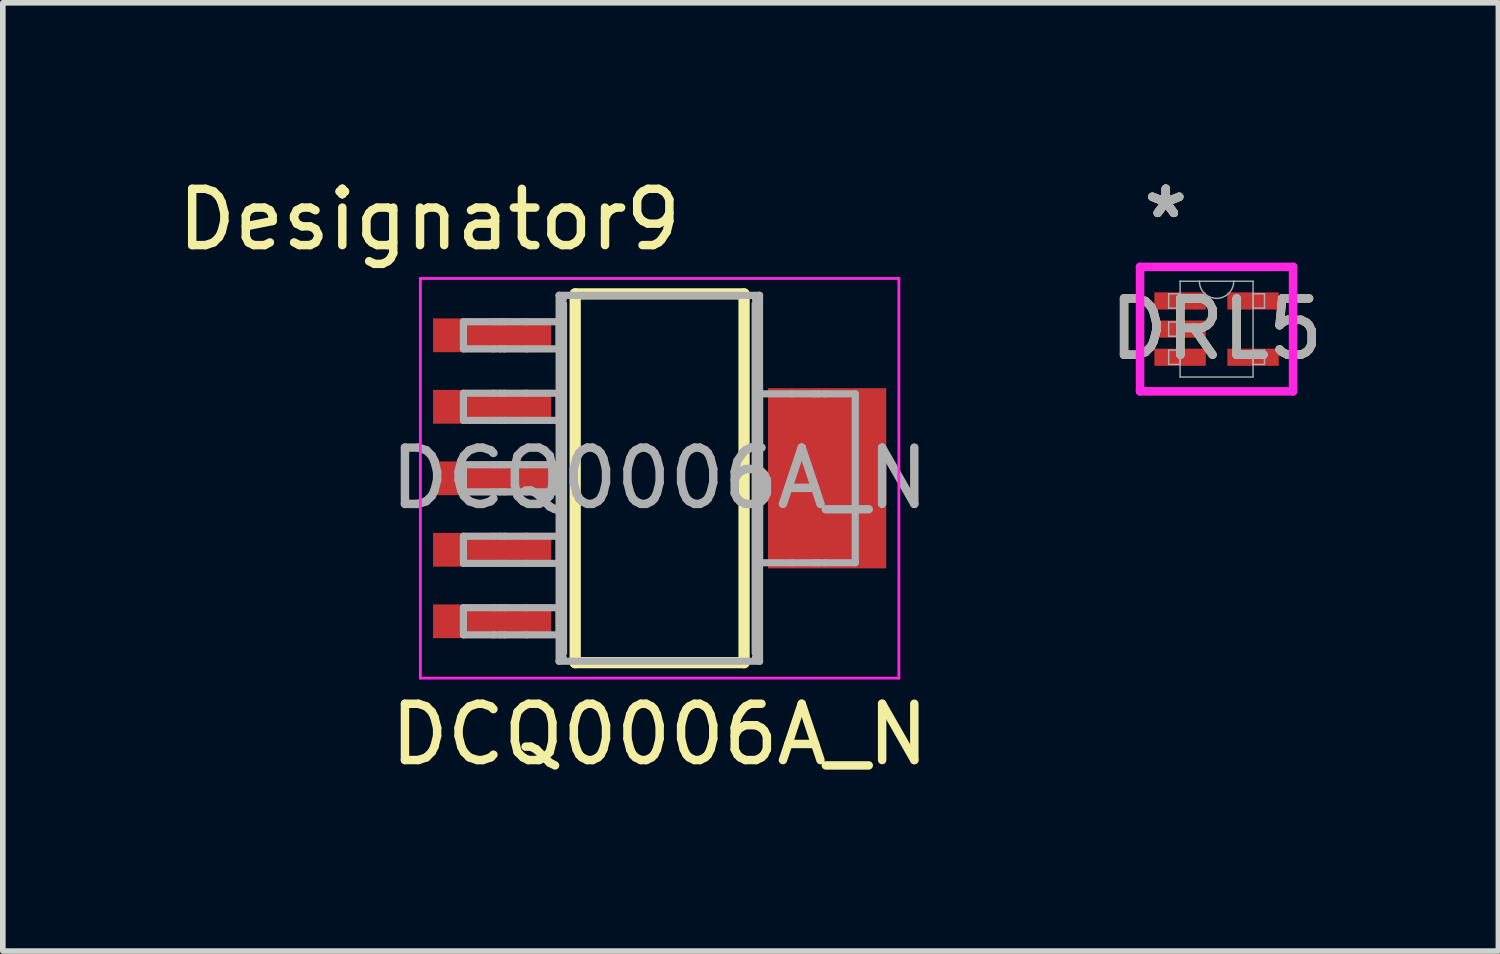
<source format=kicad_pcb>
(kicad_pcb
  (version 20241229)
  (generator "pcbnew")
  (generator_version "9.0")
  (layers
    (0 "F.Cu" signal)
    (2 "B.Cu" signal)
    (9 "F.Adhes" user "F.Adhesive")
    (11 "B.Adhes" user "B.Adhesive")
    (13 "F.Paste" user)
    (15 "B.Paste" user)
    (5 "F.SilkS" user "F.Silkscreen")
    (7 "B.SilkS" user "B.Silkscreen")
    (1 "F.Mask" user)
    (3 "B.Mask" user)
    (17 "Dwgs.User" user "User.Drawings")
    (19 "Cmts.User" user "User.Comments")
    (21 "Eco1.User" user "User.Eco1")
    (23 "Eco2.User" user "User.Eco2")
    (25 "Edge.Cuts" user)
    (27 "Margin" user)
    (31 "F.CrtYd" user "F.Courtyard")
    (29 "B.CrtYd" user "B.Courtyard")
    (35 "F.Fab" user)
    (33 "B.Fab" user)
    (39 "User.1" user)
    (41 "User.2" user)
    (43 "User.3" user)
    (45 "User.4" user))
  (footprint "DCQ0006A_N"
    (layer "F.Cu")
    (at 8.667 5.446)
    (property "Reference" "DCQ0006A_N" (at 0.000001 4.55 0) (unlocked yes) (layer "F.SilkS") (effects (font (size 1 1) (thickness 0.15))))
    (attr smd)
    (fp_line (start -1.5 -3.275) (end 1.5 -3.275) (stroke (width 0.2) (type solid)) (layer "F.SilkS"))
    (fp_line (start -1.5 3.275) (end -1.5 -3.275) (stroke (width 0.2) (type solid)) (layer "F.SilkS"))
    (fp_line (start -1.5 3.275) (end 1.5 3.275) (stroke (width 0.2) (type solid)) (layer "F.SilkS"))
    (fp_line (start 1.5 3.275) (end 1.5 -3.275) (stroke (width 0.2) (type solid)) (layer "F.SilkS"))
    (fp_line (start -4.25 -3.55) (end 4.25 -3.55) (stroke (width 0.05) (type solid)) (layer "F.CrtYd"))
    (fp_line (start -4.25 3.55) (end -4.25 -3.55) (stroke (width 0.05) (type solid)) (layer "F.CrtYd"))
    (fp_line (start -4.25 3.55) (end 4.25 3.55) (stroke (width 0.05) (type solid)) (layer "F.CrtYd"))
    (fp_line (start 4.25 3.55) (end 4.25 -3.55) (stroke (width 0.05) (type solid)) (layer "F.CrtYd"))
    (fp_line (start -3.485 -2.781) (end -2.951 -2.781) (stroke (width 0.127) (type solid)) (layer "F.Fab"))
    (fp_line (start -3.485 -2.299) (end -3.485 -2.781) (stroke (width 0.127) (type solid)) (layer "F.Fab"))
    (fp_line (start -3.485 -2.299) (end -2.951 -2.299) (stroke (width 0.127) (type solid)) (layer "F.Fab"))
    (fp_line (start -3.485 -1.511) (end -2.951 -1.511) (stroke (width 0.127) (type solid)) (layer "F.Fab"))
    (fp_line (start -3.485 -1.029) (end -3.485 -1.511) (stroke (width 0.127) (type solid)) (layer "F.Fab"))
    (fp_line (start -3.485 -1.029) (end -2.951 -1.029) (stroke (width 0.127) (type solid)) (layer "F.Fab"))
    (fp_line (start -3.485 -0.241) (end -2.951 -0.241) (stroke (width 0.127) (type solid)) (layer "F.Fab"))
    (fp_line (start -3.485 0.241) (end -3.485 -0.241) (stroke (width 0.127) (type solid)) (layer "F.Fab"))
    (fp_line (start -3.485 0.241) (end -2.951 0.241) (stroke (width 0.127) (type solid)) (layer "F.Fab"))
    (fp_line (start -3.485 1.029) (end -2.951 1.029) (stroke (width 0.127) (type solid)) (layer "F.Fab"))
    (fp_line (start -3.485 1.511) (end -3.485 1.029) (stroke (width 0.127) (type solid)) (layer "F.Fab"))
    (fp_line (start -3.485 1.511) (end -2.951 1.511) (stroke (width 0.127) (type solid)) (layer "F.Fab"))
    (fp_line (start -3.485 2.299) (end -2.951 2.299) (stroke (width 0.127) (type solid)) (layer "F.Fab"))
    (fp_line (start -3.485 2.781) (end -3.485 2.299) (stroke (width 0.127) (type solid)) (layer "F.Fab"))
    (fp_line (start -3.485 2.781) (end -2.951 2.781) (stroke (width 0.127) (type solid)) (layer "F.Fab"))
    (fp_line (start -2.951 -2.781) (end -2.834 -2.781) (stroke (width 0.127) (type solid)) (layer "F.Fab"))
    (fp_line (start -2.951 -2.299) (end -2.834 -2.299) (stroke (width 0.127) (type solid)) (layer "F.Fab"))
    (fp_line (start -2.951 -1.511) (end -2.834 -1.511) (stroke (width 0.127) (type solid)) (layer "F.Fab"))
    (fp_line (start -2.951 -1.029) (end -2.834 -1.029) (stroke (width 0.127) (type solid)) (layer "F.Fab"))
    (fp_line (start -2.951 -0.241) (end -2.834 -0.241) (stroke (width 0.127) (type solid)) (layer "F.Fab"))
    (fp_line (start -2.951 0.241) (end -2.834 0.241) (stroke (width 0.127) (type solid)) (layer "F.Fab"))
    (fp_line (start -2.951 1.029) (end -2.834 1.029) (stroke (width 0.127) (type solid)) (layer "F.Fab"))
    (fp_line (start -2.951 1.511) (end -2.834 1.511) (stroke (width 0.127) (type solid)) (layer "F.Fab"))
    (fp_line (start -2.951 2.299) (end -2.834 2.299) (stroke (width 0.127) (type solid)) (layer "F.Fab"))
    (fp_line (start -2.951 2.781) (end -2.834 2.781) (stroke (width 0.127) (type solid)) (layer "F.Fab"))
    (fp_line (start -2.834 -2.781) (end -2.758 -2.781) (stroke (width 0.127) (type solid)) (layer "F.Fab"))
    (fp_line (start -2.834 -2.299) (end -2.758 -2.299) (stroke (width 0.127) (type solid)) (layer "F.Fab"))
    (fp_line (start -2.834 -1.511) (end -2.758 -1.511) (stroke (width 0.127) (type solid)) (layer "F.Fab"))
    (fp_line (start -2.834 -1.029) (end -2.758 -1.029) (stroke (width 0.127) (type solid)) (layer "F.Fab"))
    (fp_line (start -2.834 -0.241) (end -2.758 -0.241) (stroke (width 0.127) (type solid)) (layer "F.Fab"))
    (fp_line (start -2.834 0.241) (end -2.758 0.241) (stroke (width 0.127) (type solid)) (layer "F.Fab"))
    (fp_line (start -2.834 1.029) (end -2.758 1.029) (stroke (width 0.127) (type solid)) (layer "F.Fab"))
    (fp_line (start -2.834 1.511) (end -2.758 1.511) (stroke (width 0.127) (type solid)) (layer "F.Fab"))
    (fp_line (start -2.834 2.299) (end -2.758 2.299) (stroke (width 0.127) (type solid)) (layer "F.Fab"))
    (fp_line (start -2.834 2.781) (end -2.758 2.781) (stroke (width 0.127) (type solid)) (layer "F.Fab"))
    (fp_line (start -2.758 -2.781) (end -2.364 -2.781) (stroke (width 0.127) (type solid)) (layer "F.Fab"))
    (fp_line (start -2.758 -2.299) (end -2.364 -2.299) (stroke (width 0.127) (type solid)) (layer "F.Fab"))
    (fp_line (start -2.758 -1.511) (end -2.364 -1.511) (stroke (width 0.127) (type solid)) (layer "F.Fab"))
    (fp_line (start -2.758 -1.029) (end -2.364 -1.029) (stroke (width 0.127) (type solid)) (layer "F.Fab"))
    (fp_line (start -2.758 -0.241) (end -2.364 -0.241) (stroke (width 0.127) (type solid)) (layer "F.Fab"))
    (fp_line (start -2.758 0.241) (end -2.364 0.241) (stroke (width 0.127) (type solid)) (layer "F.Fab"))
    (fp_line (start -2.758 1.029) (end -2.364 1.029) (stroke (width 0.127) (type solid)) (layer "F.Fab"))
    (fp_line (start -2.758 1.511) (end -2.364 1.511) (stroke (width 0.127) (type solid)) (layer "F.Fab"))
    (fp_line (start -2.758 2.299) (end -2.364 2.299) (stroke (width 0.127) (type solid)) (layer "F.Fab"))
    (fp_line (start -2.758 2.781) (end -2.364 2.781) (stroke (width 0.127) (type solid)) (layer "F.Fab"))
    (fp_line (start -2.364 -2.781) (end -1.785 -2.781) (stroke (width 0.127) (type solid)) (layer "F.Fab"))
    (fp_line (start -2.364 -2.299) (end -1.785 -2.299) (stroke (width 0.127) (type solid)) (layer "F.Fab"))
    (fp_line (start -2.364 -1.511) (end -1.785 -1.511) (stroke (width 0.127) (type solid)) (layer "F.Fab"))
    (fp_line (start -2.364 -1.029) (end -1.785 -1.029) (stroke (width 0.127) (type solid)) (layer "F.Fab"))
    (fp_line (start -2.364 -0.241) (end -1.785 -0.241) (stroke (width 0.127) (type solid)) (layer "F.Fab"))
    (fp_line (start -2.364 0.241) (end -1.785 0.241) (stroke (width 0.127) (type solid)) (layer "F.Fab"))
    (fp_line (start -2.364 1.029) (end -1.785 1.029) (stroke (width 0.127) (type solid)) (layer "F.Fab"))
    (fp_line (start -2.364 1.511) (end -1.785 1.511) (stroke (width 0.127) (type solid)) (layer "F.Fab"))
    (fp_line (start -2.364 2.299) (end -1.785 2.299) (stroke (width 0.127) (type solid)) (layer "F.Fab"))
    (fp_line (start -2.364 2.781) (end -1.785 2.781) (stroke (width 0.127) (type solid)) (layer "F.Fab"))
    (fp_line (start -1.785 -3.25) (end -1.713 -3.178) (stroke (width 0.127) (type solid)) (layer "F.Fab"))
    (fp_line (start -1.785 -3.25) (end 1.775 -3.25) (stroke (width 0.127) (type solid)) (layer "F.Fab"))
    (fp_line (start -1.785 -2.299) (end -1.785 -2.781) (stroke (width 0.127) (type solid)) (layer "F.Fab"))
    (fp_line (start -1.785 -1.029) (end -1.785 -1.511) (stroke (width 0.127) (type solid)) (layer "F.Fab"))
    (fp_line (start -1.785 0.241) (end -1.785 -0.241) (stroke (width 0.127) (type solid)) (layer "F.Fab"))
    (fp_line (start -1.785 1.511) (end -1.785 1.029) (stroke (width 0.127) (type solid)) (layer "F.Fab"))
    (fp_line (start -1.785 2.781) (end -1.785 2.299) (stroke (width 0.127) (type solid)) (layer "F.Fab"))
    (fp_line (start -1.785 3.25) (end -1.785 -3.25) (stroke (width 0.127) (type solid)) (layer "F.Fab"))
    (fp_line (start -1.785 3.25) (end -1.713 3.178) (stroke (width 0.127) (type solid)) (layer "F.Fab"))
    (fp_line (start -1.785 3.25) (end 1.775 3.25) (stroke (width 0.127) (type solid)) (layer "F.Fab"))
    (fp_line (start -1.707 3.102) (end -1.707 -3.102) (stroke (width 0.127) (type solid)) (layer "F.Fab"))
    (fp_line (start 1.697 3.102) (end 1.697 -3.102) (stroke (width 0.127) (type solid)) (layer "F.Fab"))
    (fp_line (start 1.703 -3.178) (end 1.775 -3.25) (stroke (width 0.127) (type solid)) (layer "F.Fab"))
    (fp_line (start 1.703 3.178) (end 1.775 3.25) (stroke (width 0.127) (type solid)) (layer "F.Fab"))
    (fp_line (start 1.775 -1.5) (end 2.354 -1.5) (stroke (width 0.127) (type solid)) (layer "F.Fab"))
    (fp_line (start 1.775 1.5) (end 1.775 -1.5) (stroke (width 0.127) (type solid)) (layer "F.Fab"))
    (fp_line (start 1.775 1.5) (end 2.354 1.5) (stroke (width 0.127) (type solid)) (layer "F.Fab"))
    (fp_line (start 1.775 3.25) (end 1.775 -3.25) (stroke (width 0.127) (type solid)) (layer "F.Fab"))
    (fp_line (start 2.354 -1.5) (end 2.748 -1.5) (stroke (width 0.127) (type solid)) (layer "F.Fab"))
    (fp_line (start 2.354 1.5) (end 2.748 1.5) (stroke (width 0.127) (type solid)) (layer "F.Fab"))
    (fp_line (start 2.748 -1.5) (end 2.824 -1.5) (stroke (width 0.127) (type solid)) (layer "F.Fab"))
    (fp_line (start 2.748 1.5) (end 2.824 1.5) (stroke (width 0.127) (type solid)) (layer "F.Fab"))
    (fp_line (start 2.824 -1.5) (end 2.941 -1.5) (stroke (width 0.127) (type solid)) (layer "F.Fab"))
    (fp_line (start 2.824 1.5) (end 2.941 1.5) (stroke (width 0.127) (type solid)) (layer "F.Fab"))
    (fp_line (start 2.941 -1.5) (end 3.475 -1.5) (stroke (width 0.127) (type solid)) (layer "F.Fab"))
    (fp_line (start 2.941 1.5) (end 3.475 1.5) (stroke (width 0.127) (type solid)) (layer "F.Fab"))
    (fp_line (start 3.475 1.5) (end 3.475 -1.5) (stroke (width 0.127) (type solid)) (layer "F.Fab"))
    (fp_text user "Designator9" (at -4.089 -4.597 0) (unlocked yes) (layer "F.SilkS") (effects (font (size 1 1) (thickness 0.15))))
    (fp_text user "${REFERENCE}" (at 0 0 0) (unlocked yes) (layer "F.Fab") (effects (font (size 1 1) (thickness 0.15))))
    (pad "1" smd rect (at -2.975 -2.54 90) (size 0.6 2.1) (layers "F.Cu" "F.Mask" "F.Paste"))
    (pad "2" smd rect (at -2.975 -1.27 90) (size 0.6 2.1) (layers "F.Cu" "F.Mask" "F.Paste"))
    (pad "3" smd rect (at -2.975 0 90) (size 0.6 2.1) (layers "F.Cu" "F.Mask" "F.Paste"))
    (pad "4" smd rect (at -2.975 1.27 90) (size 0.6 2.1) (layers "F.Cu" "F.Mask" "F.Paste"))
    (pad "5" smd rect (at -2.975 2.54 90) (size 0.6 2.1) (layers "F.Cu" "F.Mask" "F.Paste"))
    (pad "6" smd rect (at 2.975 0 90) (size 3.2 2.1) (layers "F.Cu" "F.Mask" "F.Paste")))
  (footprint "DRL5"
    (layer "F.Cu")
    (at 18.56 2.796)
    (property "Reference" "DRL5" (at 0 0 0) (unlocked yes) (layer "F.SilkS") (effects (font (size 1 1) (thickness 0.15))))
    (attr smd)
    (fp_line (start -1.359 -1.105) (end 1.359 -1.105) (stroke (width 0.152) (type solid)) (layer "F.CrtYd"))
    (fp_line (start -1.359 1.105) (end -1.359 -1.105) (stroke (width 0.152) (type solid)) (layer "F.CrtYd"))
    (fp_line (start 1.359 -1.105) (end 1.359 1.105) (stroke (width 0.152) (type solid)) (layer "F.CrtYd"))
    (fp_line (start 1.359 1.105) (end -1.359 1.105) (stroke (width 0.152) (type solid)) (layer "F.CrtYd"))
    (fp_line (start -0.851 -0.627) (end -0.851 -0.373) (stroke (width 0.025) (type solid)) (layer "F.Fab"))
    (fp_line (start -0.851 -0.373) (end -0.648 -0.373) (stroke (width 0.025) (type solid)) (layer "F.Fab"))
    (fp_line (start -0.851 -0.127) (end -0.851 0.127) (stroke (width 0.025) (type solid)) (layer "F.Fab"))
    (fp_line (start -0.851 0.127) (end -0.648 0.127) (stroke (width 0.025) (type solid)) (layer "F.Fab"))
    (fp_line (start -0.851 0.373) (end -0.851 0.627) (stroke (width 0.025) (type solid)) (layer "F.Fab"))
    (fp_line (start -0.851 0.627) (end -0.648 0.627) (stroke (width 0.025) (type solid)) (layer "F.Fab"))
    (fp_line (start -0.648 -0.851) (end -0.648 0.851) (stroke (width 0.025) (type solid)) (layer "F.Fab"))
    (fp_line (start -0.648 -0.627) (end -0.851 -0.627) (stroke (width 0.025) (type solid)) (layer "F.Fab"))
    (fp_line (start -0.648 -0.373) (end -0.648 -0.627) (stroke (width 0.025) (type solid)) (layer "F.Fab"))
    (fp_line (start -0.648 -0.127) (end -0.851 -0.127) (stroke (width 0.025) (type solid)) (layer "F.Fab"))
    (fp_line (start -0.648 0.127) (end -0.648 -0.127) (stroke (width 0.025) (type solid)) (layer "F.Fab"))
    (fp_line (start -0.648 0.373) (end -0.851 0.373) (stroke (width 0.025) (type solid)) (layer "F.Fab"))
    (fp_line (start -0.648 0.627) (end -0.648 0.373) (stroke (width 0.025) (type solid)) (layer "F.Fab"))
    (fp_line (start -0.648 0.851) (end 0.648 0.851) (stroke (width 0.025) (type solid)) (layer "F.Fab"))
    (fp_line (start 0.648 -0.851) (end -0.648 -0.851) (stroke (width 0.025) (type solid)) (layer "F.Fab"))
    (fp_line (start 0.648 -0.627) (end 0.648 -0.373) (stroke (width 0.025) (type solid)) (layer "F.Fab"))
    (fp_line (start 0.648 -0.373) (end 0.851 -0.373) (stroke (width 0.025) (type solid)) (layer "F.Fab"))
    (fp_line (start 0.648 0.373) (end 0.648 0.627) (stroke (width 0.025) (type solid)) (layer "F.Fab"))
    (fp_line (start 0.648 0.627) (end 0.851 0.627) (stroke (width 0.025) (type solid)) (layer "F.Fab"))
    (fp_line (start 0.648 0.851) (end 0.648 -0.851) (stroke (width 0.025) (type solid)) (layer "F.Fab"))
    (fp_line (start 0.851 -0.627) (end 0.648 -0.627) (stroke (width 0.025) (type solid)) (layer "F.Fab"))
    (fp_line (start 0.851 -0.373) (end 0.851 -0.627) (stroke (width 0.025) (type solid)) (layer "F.Fab"))
    (fp_line (start 0.851 0.373) (end 0.648 0.373) (stroke (width 0.025) (type solid)) (layer "F.Fab"))
    (fp_line (start 0.851 0.627) (end 0.851 0.373) (stroke (width 0.025) (type solid)) (layer "F.Fab"))
    (fp_arc (start 0.3048 -0.8509) (mid 0 -0.5461) (end -0.3048 -0.8509) (stroke (width 0.0254) (type solid)) (layer "F.Fab"))
    (fp_text user "*" (at -0.902 -1.948 0) (layer "F.SilkS") (effects (font (size 1 1) (thickness 0.15))))
    (fp_text user "*" (at -0.902 -1.948 0) (unlocked yes) (layer "F.SilkS") (effects (font (size 1 1) (thickness 0.15))))
    (fp_text user "*" (at -0.902 -1.948 0) (layer "F.Fab") (effects (font (size 1 1) (thickness 0.15))))
    (fp_text user "*" (at -0.902 -1.948 0) (unlocked yes) (layer "F.Fab") (effects (font (size 1 1) (thickness 0.15))))
    (fp_text user "${REFERENCE}" (at 0 0 0) (unlocked yes) (layer "F.Fab") (effects (font (size 1 1) (thickness 0.15))))
    (pad "1" smd rect (at -0.648 -0.5) (size 0.914 0.305) (layers "F.Cu" "F.Mask" "F.Paste"))
    (pad "2" smd rect (at -0.648 0) (size 0.914 0.305) (layers "F.Cu" "F.Mask" "F.Paste"))
    (pad "3" smd rect (at -0.648 0.5) (size 0.914 0.305) (layers "F.Cu" "F.Mask" "F.Paste"))
    (pad "4" smd rect (at 0.648 0.5) (size 0.914 0.305) (layers "F.Cu" "F.Mask" "F.Paste"))
    (pad "5" smd rect (at 0.648 -0.5) (size 0.914 0.305) (layers "F.Cu" "F.Mask" "F.Paste")))
  (gr_rect
    (start -3 -3)
    (end 23.566 13.844)
    (stroke (width 0.1) (type default))
    (fill no)
    (layer "Edge.Cuts")))
</source>
